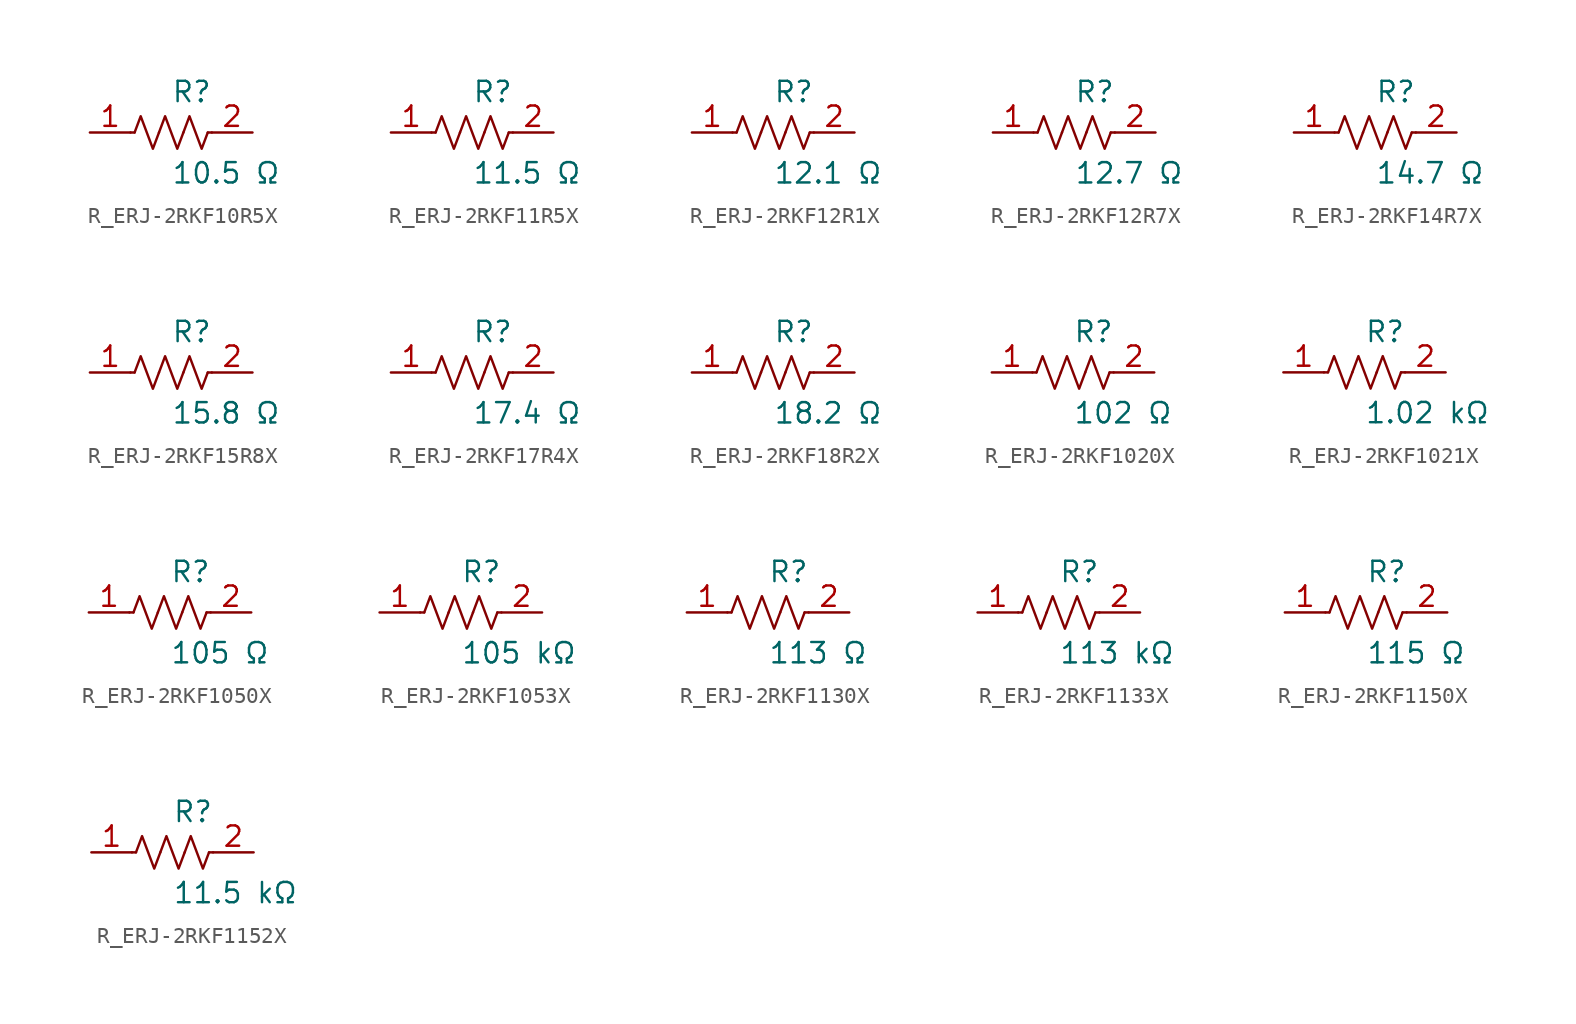
<source format=kicad_sym>
(kicad_symbol_lib
  (version 20231120)
  (generator kicad_symbol_editor)
  (generator_version 8.0)
  (symbol "R_ERJ-2RKF10R5X"
    (pin_names
      (offset 0.254))
    (property "Reference" "R"
      (at 0.0 2.54 0)
      (effects (font (size 1.27 1.27)) (justify left)))
    (property "Value" "10.5 Ω"
      (at 0.0 -2.54 0)
      (effects (font (size 1.27 1.27)) (justify left)))
    (symbol "R_ERJ-2RKF10R5X_0_1"
      (polyline (pts (xy 2.286 0) (xy 2.54 0)) (stroke (width 0) (type default)) (fill (type none)))
      (polyline (pts (xy -2.286 0) (xy -2.54 0)) (stroke (width 0) (type default)) (fill (type none)))
      (polyline (pts (xy 0.762 0) (xy 1.143 1.016) (xy 1.524 0) (xy 1.905 -1.016) (xy 2.286 0)) (stroke (width 0) (type default)) (fill (type none)))
      (polyline (pts (xy -0.762 0) (xy -0.381 1.016) (xy 0 0) (xy 0.381 -1.016) (xy 0.762 0)) (stroke (width 0) (type default)) (fill (type none)))
      (polyline (pts (xy -2.286 0) (xy -1.905 1.016) (xy -1.524 0) (xy -1.143 -1.016) (xy -0.762 0)) (stroke (width 0) (type default)) (fill (type none))))
    (pin unspecified line
      (at -5.08 0 0)
      (length 2.54)
      (name "" (effects (font (size 1.27 1.27))))
      (number "1" (effects (font (size 1.27 1.27)))))
    (pin unspecified line
      (at 5.08 0 180)
      (length 2.54)
      (name "" (effects (font (size 1.27 1.27))))
      (number "2" (effects (font (size 1.27 1.27))))))
  (symbol "R_ERJ-2RKF11R5X"
    (pin_names
      (offset 0.254))
    (property "Reference" "R"
      (at 0.0 2.54 0)
      (effects (font (size 1.27 1.27)) (justify left)))
    (property "Value" "11.5 Ω"
      (at 0.0 -2.54 0)
      (effects (font (size 1.27 1.27)) (justify left)))
    (symbol "R_ERJ-2RKF11R5X_0_1"
      (polyline (pts (xy 2.286 0) (xy 2.54 0)) (stroke (width 0) (type default)) (fill (type none)))
      (polyline (pts (xy -2.286 0) (xy -2.54 0)) (stroke (width 0) (type default)) (fill (type none)))
      (polyline (pts (xy 0.762 0) (xy 1.143 1.016) (xy 1.524 0) (xy 1.905 -1.016) (xy 2.286 0)) (stroke (width 0) (type default)) (fill (type none)))
      (polyline (pts (xy -0.762 0) (xy -0.381 1.016) (xy 0 0) (xy 0.381 -1.016) (xy 0.762 0)) (stroke (width 0) (type default)) (fill (type none)))
      (polyline (pts (xy -2.286 0) (xy -1.905 1.016) (xy -1.524 0) (xy -1.143 -1.016) (xy -0.762 0)) (stroke (width 0) (type default)) (fill (type none))))
    (pin unspecified line
      (at -5.08 0 0)
      (length 2.54)
      (name "" (effects (font (size 1.27 1.27))))
      (number "1" (effects (font (size 1.27 1.27)))))
    (pin unspecified line
      (at 5.08 0 180)
      (length 2.54)
      (name "" (effects (font (size 1.27 1.27))))
      (number "2" (effects (font (size 1.27 1.27))))))
  (symbol "R_ERJ-2RKF12R1X"
    (pin_names
      (offset 0.254))
    (property "Reference" "R"
      (at 0.0 2.54 0)
      (effects (font (size 1.27 1.27)) (justify left)))
    (property "Value" "12.1 Ω"
      (at 0.0 -2.54 0)
      (effects (font (size 1.27 1.27)) (justify left)))
    (symbol "R_ERJ-2RKF12R1X_0_1"
      (polyline (pts (xy 2.286 0) (xy 2.54 0)) (stroke (width 0) (type default)) (fill (type none)))
      (polyline (pts (xy -2.286 0) (xy -2.54 0)) (stroke (width 0) (type default)) (fill (type none)))
      (polyline (pts (xy 0.762 0) (xy 1.143 1.016) (xy 1.524 0) (xy 1.905 -1.016) (xy 2.286 0)) (stroke (width 0) (type default)) (fill (type none)))
      (polyline (pts (xy -0.762 0) (xy -0.381 1.016) (xy 0 0) (xy 0.381 -1.016) (xy 0.762 0)) (stroke (width 0) (type default)) (fill (type none)))
      (polyline (pts (xy -2.286 0) (xy -1.905 1.016) (xy -1.524 0) (xy -1.143 -1.016) (xy -0.762 0)) (stroke (width 0) (type default)) (fill (type none))))
    (pin unspecified line
      (at -5.08 0 0)
      (length 2.54)
      (name "" (effects (font (size 1.27 1.27))))
      (number "1" (effects (font (size 1.27 1.27)))))
    (pin unspecified line
      (at 5.08 0 180)
      (length 2.54)
      (name "" (effects (font (size 1.27 1.27))))
      (number "2" (effects (font (size 1.27 1.27))))))
  (symbol "R_ERJ-2RKF12R7X"
    (pin_names
      (offset 0.254))
    (property "Reference" "R"
      (at 0.0 2.54 0)
      (effects (font (size 1.27 1.27)) (justify left)))
    (property "Value" "12.7 Ω"
      (at 0.0 -2.54 0)
      (effects (font (size 1.27 1.27)) (justify left)))
    (symbol "R_ERJ-2RKF12R7X_0_1"
      (polyline (pts (xy 2.286 0) (xy 2.54 0)) (stroke (width 0) (type default)) (fill (type none)))
      (polyline (pts (xy -2.286 0) (xy -2.54 0)) (stroke (width 0) (type default)) (fill (type none)))
      (polyline (pts (xy 0.762 0) (xy 1.143 1.016) (xy 1.524 0) (xy 1.905 -1.016) (xy 2.286 0)) (stroke (width 0) (type default)) (fill (type none)))
      (polyline (pts (xy -0.762 0) (xy -0.381 1.016) (xy 0 0) (xy 0.381 -1.016) (xy 0.762 0)) (stroke (width 0) (type default)) (fill (type none)))
      (polyline (pts (xy -2.286 0) (xy -1.905 1.016) (xy -1.524 0) (xy -1.143 -1.016) (xy -0.762 0)) (stroke (width 0) (type default)) (fill (type none))))
    (pin unspecified line
      (at -5.08 0 0)
      (length 2.54)
      (name "" (effects (font (size 1.27 1.27))))
      (number "1" (effects (font (size 1.27 1.27)))))
    (pin unspecified line
      (at 5.08 0 180)
      (length 2.54)
      (name "" (effects (font (size 1.27 1.27))))
      (number "2" (effects (font (size 1.27 1.27))))))
  (symbol "R_ERJ-2RKF14R7X"
    (pin_names
      (offset 0.254))
    (property "Reference" "R"
      (at 0.0 2.54 0)
      (effects (font (size 1.27 1.27)) (justify left)))
    (property "Value" "14.7 Ω"
      (at 0.0 -2.54 0)
      (effects (font (size 1.27 1.27)) (justify left)))
    (symbol "R_ERJ-2RKF14R7X_0_1"
      (polyline (pts (xy 2.286 0) (xy 2.54 0)) (stroke (width 0) (type default)) (fill (type none)))
      (polyline (pts (xy -2.286 0) (xy -2.54 0)) (stroke (width 0) (type default)) (fill (type none)))
      (polyline (pts (xy 0.762 0) (xy 1.143 1.016) (xy 1.524 0) (xy 1.905 -1.016) (xy 2.286 0)) (stroke (width 0) (type default)) (fill (type none)))
      (polyline (pts (xy -0.762 0) (xy -0.381 1.016) (xy 0 0) (xy 0.381 -1.016) (xy 0.762 0)) (stroke (width 0) (type default)) (fill (type none)))
      (polyline (pts (xy -2.286 0) (xy -1.905 1.016) (xy -1.524 0) (xy -1.143 -1.016) (xy -0.762 0)) (stroke (width 0) (type default)) (fill (type none))))
    (pin unspecified line
      (at -5.08 0 0)
      (length 2.54)
      (name "" (effects (font (size 1.27 1.27))))
      (number "1" (effects (font (size 1.27 1.27)))))
    (pin unspecified line
      (at 5.08 0 180)
      (length 2.54)
      (name "" (effects (font (size 1.27 1.27))))
      (number "2" (effects (font (size 1.27 1.27))))))
  (symbol "R_ERJ-2RKF15R8X"
    (pin_names
      (offset 0.254))
    (property "Reference" "R"
      (at 0.0 2.54 0)
      (effects (font (size 1.27 1.27)) (justify left)))
    (property "Value" "15.8 Ω"
      (at 0.0 -2.54 0)
      (effects (font (size 1.27 1.27)) (justify left)))
    (symbol "R_ERJ-2RKF15R8X_0_1"
      (polyline (pts (xy 2.286 0) (xy 2.54 0)) (stroke (width 0) (type default)) (fill (type none)))
      (polyline (pts (xy -2.286 0) (xy -2.54 0)) (stroke (width 0) (type default)) (fill (type none)))
      (polyline (pts (xy 0.762 0) (xy 1.143 1.016) (xy 1.524 0) (xy 1.905 -1.016) (xy 2.286 0)) (stroke (width 0) (type default)) (fill (type none)))
      (polyline (pts (xy -0.762 0) (xy -0.381 1.016) (xy 0 0) (xy 0.381 -1.016) (xy 0.762 0)) (stroke (width 0) (type default)) (fill (type none)))
      (polyline (pts (xy -2.286 0) (xy -1.905 1.016) (xy -1.524 0) (xy -1.143 -1.016) (xy -0.762 0)) (stroke (width 0) (type default)) (fill (type none))))
    (pin unspecified line
      (at -5.08 0 0)
      (length 2.54)
      (name "" (effects (font (size 1.27 1.27))))
      (number "1" (effects (font (size 1.27 1.27)))))
    (pin unspecified line
      (at 5.08 0 180)
      (length 2.54)
      (name "" (effects (font (size 1.27 1.27))))
      (number "2" (effects (font (size 1.27 1.27))))))
  (symbol "R_ERJ-2RKF17R4X"
    (pin_names
      (offset 0.254))
    (property "Reference" "R"
      (at 0.0 2.54 0)
      (effects (font (size 1.27 1.27)) (justify left)))
    (property "Value" "17.4 Ω"
      (at 0.0 -2.54 0)
      (effects (font (size 1.27 1.27)) (justify left)))
    (symbol "R_ERJ-2RKF17R4X_0_1"
      (polyline (pts (xy 2.286 0) (xy 2.54 0)) (stroke (width 0) (type default)) (fill (type none)))
      (polyline (pts (xy -2.286 0) (xy -2.54 0)) (stroke (width 0) (type default)) (fill (type none)))
      (polyline (pts (xy 0.762 0) (xy 1.143 1.016) (xy 1.524 0) (xy 1.905 -1.016) (xy 2.286 0)) (stroke (width 0) (type default)) (fill (type none)))
      (polyline (pts (xy -0.762 0) (xy -0.381 1.016) (xy 0 0) (xy 0.381 -1.016) (xy 0.762 0)) (stroke (width 0) (type default)) (fill (type none)))
      (polyline (pts (xy -2.286 0) (xy -1.905 1.016) (xy -1.524 0) (xy -1.143 -1.016) (xy -0.762 0)) (stroke (width 0) (type default)) (fill (type none))))
    (pin unspecified line
      (at -5.08 0 0)
      (length 2.54)
      (name "" (effects (font (size 1.27 1.27))))
      (number "1" (effects (font (size 1.27 1.27)))))
    (pin unspecified line
      (at 5.08 0 180)
      (length 2.54)
      (name "" (effects (font (size 1.27 1.27))))
      (number "2" (effects (font (size 1.27 1.27))))))
  (symbol "R_ERJ-2RKF18R2X"
    (pin_names
      (offset 0.254))
    (property "Reference" "R"
      (at 0.0 2.54 0)
      (effects (font (size 1.27 1.27)) (justify left)))
    (property "Value" "18.2 Ω"
      (at 0.0 -2.54 0)
      (effects (font (size 1.27 1.27)) (justify left)))
    (symbol "R_ERJ-2RKF18R2X_0_1"
      (polyline (pts (xy 2.286 0) (xy 2.54 0)) (stroke (width 0) (type default)) (fill (type none)))
      (polyline (pts (xy -2.286 0) (xy -2.54 0)) (stroke (width 0) (type default)) (fill (type none)))
      (polyline (pts (xy 0.762 0) (xy 1.143 1.016) (xy 1.524 0) (xy 1.905 -1.016) (xy 2.286 0)) (stroke (width 0) (type default)) (fill (type none)))
      (polyline (pts (xy -0.762 0) (xy -0.381 1.016) (xy 0 0) (xy 0.381 -1.016) (xy 0.762 0)) (stroke (width 0) (type default)) (fill (type none)))
      (polyline (pts (xy -2.286 0) (xy -1.905 1.016) (xy -1.524 0) (xy -1.143 -1.016) (xy -0.762 0)) (stroke (width 0) (type default)) (fill (type none))))
    (pin unspecified line
      (at -5.08 0 0)
      (length 2.54)
      (name "" (effects (font (size 1.27 1.27))))
      (number "1" (effects (font (size 1.27 1.27)))))
    (pin unspecified line
      (at 5.08 0 180)
      (length 2.54)
      (name "" (effects (font (size 1.27 1.27))))
      (number "2" (effects (font (size 1.27 1.27))))))
  (symbol "R_ERJ-2RKF1020X"
    (pin_names
      (offset 0.254))
    (property "Reference" "R"
      (at 0.0 2.54 0)
      (effects (font (size 1.27 1.27)) (justify left)))
    (property "Value" "102 Ω"
      (at 0.0 -2.54 0)
      (effects (font (size 1.27 1.27)) (justify left)))
    (symbol "R_ERJ-2RKF1020X_0_1"
      (polyline (pts (xy 2.286 0) (xy 2.54 0)) (stroke (width 0) (type default)) (fill (type none)))
      (polyline (pts (xy -2.286 0) (xy -2.54 0)) (stroke (width 0) (type default)) (fill (type none)))
      (polyline (pts (xy 0.762 0) (xy 1.143 1.016) (xy 1.524 0) (xy 1.905 -1.016) (xy 2.286 0)) (stroke (width 0) (type default)) (fill (type none)))
      (polyline (pts (xy -0.762 0) (xy -0.381 1.016) (xy 0 0) (xy 0.381 -1.016) (xy 0.762 0)) (stroke (width 0) (type default)) (fill (type none)))
      (polyline (pts (xy -2.286 0) (xy -1.905 1.016) (xy -1.524 0) (xy -1.143 -1.016) (xy -0.762 0)) (stroke (width 0) (type default)) (fill (type none))))
    (pin unspecified line
      (at -5.08 0 0)
      (length 2.54)
      (name "" (effects (font (size 1.27 1.27))))
      (number "1" (effects (font (size 1.27 1.27)))))
    (pin unspecified line
      (at 5.08 0 180)
      (length 2.54)
      (name "" (effects (font (size 1.27 1.27))))
      (number "2" (effects (font (size 1.27 1.27))))))
  (symbol "R_ERJ-2RKF1021X"
    (pin_names
      (offset 0.254))
    (property "Reference" "R"
      (at 0.0 2.54 0)
      (effects (font (size 1.27 1.27)) (justify left)))
    (property "Value" "1.02 kΩ"
      (at 0.0 -2.54 0)
      (effects (font (size 1.27 1.27)) (justify left)))
    (symbol "R_ERJ-2RKF1021X_0_1"
      (polyline (pts (xy 2.286 0) (xy 2.54 0)) (stroke (width 0) (type default)) (fill (type none)))
      (polyline (pts (xy -2.286 0) (xy -2.54 0)) (stroke (width 0) (type default)) (fill (type none)))
      (polyline (pts (xy 0.762 0) (xy 1.143 1.016) (xy 1.524 0) (xy 1.905 -1.016) (xy 2.286 0)) (stroke (width 0) (type default)) (fill (type none)))
      (polyline (pts (xy -0.762 0) (xy -0.381 1.016) (xy 0 0) (xy 0.381 -1.016) (xy 0.762 0)) (stroke (width 0) (type default)) (fill (type none)))
      (polyline (pts (xy -2.286 0) (xy -1.905 1.016) (xy -1.524 0) (xy -1.143 -1.016) (xy -0.762 0)) (stroke (width 0) (type default)) (fill (type none))))
    (pin unspecified line
      (at -5.08 0 0)
      (length 2.54)
      (name "" (effects (font (size 1.27 1.27))))
      (number "1" (effects (font (size 1.27 1.27)))))
    (pin unspecified line
      (at 5.08 0 180)
      (length 2.54)
      (name "" (effects (font (size 1.27 1.27))))
      (number "2" (effects (font (size 1.27 1.27))))))
  (symbol "R_ERJ-2RKF1050X"
    (pin_names
      (offset 0.254))
    (property "Reference" "R"
      (at 0.0 2.54 0)
      (effects (font (size 1.27 1.27)) (justify left)))
    (property "Value" "105 Ω"
      (at 0.0 -2.54 0)
      (effects (font (size 1.27 1.27)) (justify left)))
    (symbol "R_ERJ-2RKF1050X_0_1"
      (polyline (pts (xy 2.286 0) (xy 2.54 0)) (stroke (width 0) (type default)) (fill (type none)))
      (polyline (pts (xy -2.286 0) (xy -2.54 0)) (stroke (width 0) (type default)) (fill (type none)))
      (polyline (pts (xy 0.762 0) (xy 1.143 1.016) (xy 1.524 0) (xy 1.905 -1.016) (xy 2.286 0)) (stroke (width 0) (type default)) (fill (type none)))
      (polyline (pts (xy -0.762 0) (xy -0.381 1.016) (xy 0 0) (xy 0.381 -1.016) (xy 0.762 0)) (stroke (width 0) (type default)) (fill (type none)))
      (polyline (pts (xy -2.286 0) (xy -1.905 1.016) (xy -1.524 0) (xy -1.143 -1.016) (xy -0.762 0)) (stroke (width 0) (type default)) (fill (type none))))
    (pin unspecified line
      (at -5.08 0 0)
      (length 2.54)
      (name "" (effects (font (size 1.27 1.27))))
      (number "1" (effects (font (size 1.27 1.27)))))
    (pin unspecified line
      (at 5.08 0 180)
      (length 2.54)
      (name "" (effects (font (size 1.27 1.27))))
      (number "2" (effects (font (size 1.27 1.27))))))
  (symbol "R_ERJ-2RKF1053X"
    (pin_names
      (offset 0.254))
    (property "Reference" "R"
      (at 0.0 2.54 0)
      (effects (font (size 1.27 1.27)) (justify left)))
    (property "Value" "105 kΩ"
      (at 0.0 -2.54 0)
      (effects (font (size 1.27 1.27)) (justify left)))
    (symbol "R_ERJ-2RKF1053X_0_1"
      (polyline (pts (xy 2.286 0) (xy 2.54 0)) (stroke (width 0) (type default)) (fill (type none)))
      (polyline (pts (xy -2.286 0) (xy -2.54 0)) (stroke (width 0) (type default)) (fill (type none)))
      (polyline (pts (xy 0.762 0) (xy 1.143 1.016) (xy 1.524 0) (xy 1.905 -1.016) (xy 2.286 0)) (stroke (width 0) (type default)) (fill (type none)))
      (polyline (pts (xy -0.762 0) (xy -0.381 1.016) (xy 0 0) (xy 0.381 -1.016) (xy 0.762 0)) (stroke (width 0) (type default)) (fill (type none)))
      (polyline (pts (xy -2.286 0) (xy -1.905 1.016) (xy -1.524 0) (xy -1.143 -1.016) (xy -0.762 0)) (stroke (width 0) (type default)) (fill (type none))))
    (pin unspecified line
      (at -5.08 0 0)
      (length 2.54)
      (name "" (effects (font (size 1.27 1.27))))
      (number "1" (effects (font (size 1.27 1.27)))))
    (pin unspecified line
      (at 5.08 0 180)
      (length 2.54)
      (name "" (effects (font (size 1.27 1.27))))
      (number "2" (effects (font (size 1.27 1.27))))))
  (symbol "R_ERJ-2RKF1130X"
    (pin_names
      (offset 0.254))
    (property "Reference" "R"
      (at 0.0 2.54 0)
      (effects (font (size 1.27 1.27)) (justify left)))
    (property "Value" "113 Ω"
      (at 0.0 -2.54 0)
      (effects (font (size 1.27 1.27)) (justify left)))
    (symbol "R_ERJ-2RKF1130X_0_1"
      (polyline (pts (xy 2.286 0) (xy 2.54 0)) (stroke (width 0) (type default)) (fill (type none)))
      (polyline (pts (xy -2.286 0) (xy -2.54 0)) (stroke (width 0) (type default)) (fill (type none)))
      (polyline (pts (xy 0.762 0) (xy 1.143 1.016) (xy 1.524 0) (xy 1.905 -1.016) (xy 2.286 0)) (stroke (width 0) (type default)) (fill (type none)))
      (polyline (pts (xy -0.762 0) (xy -0.381 1.016) (xy 0 0) (xy 0.381 -1.016) (xy 0.762 0)) (stroke (width 0) (type default)) (fill (type none)))
      (polyline (pts (xy -2.286 0) (xy -1.905 1.016) (xy -1.524 0) (xy -1.143 -1.016) (xy -0.762 0)) (stroke (width 0) (type default)) (fill (type none))))
    (pin unspecified line
      (at -5.08 0 0)
      (length 2.54)
      (name "" (effects (font (size 1.27 1.27))))
      (number "1" (effects (font (size 1.27 1.27)))))
    (pin unspecified line
      (at 5.08 0 180)
      (length 2.54)
      (name "" (effects (font (size 1.27 1.27))))
      (number "2" (effects (font (size 1.27 1.27))))))
  (symbol "R_ERJ-2RKF1133X"
    (pin_names
      (offset 0.254))
    (property "Reference" "R"
      (at 0.0 2.54 0)
      (effects (font (size 1.27 1.27)) (justify left)))
    (property "Value" "113 kΩ"
      (at 0.0 -2.54 0)
      (effects (font (size 1.27 1.27)) (justify left)))
    (symbol "R_ERJ-2RKF1133X_0_1"
      (polyline (pts (xy 2.286 0) (xy 2.54 0)) (stroke (width 0) (type default)) (fill (type none)))
      (polyline (pts (xy -2.286 0) (xy -2.54 0)) (stroke (width 0) (type default)) (fill (type none)))
      (polyline (pts (xy 0.762 0) (xy 1.143 1.016) (xy 1.524 0) (xy 1.905 -1.016) (xy 2.286 0)) (stroke (width 0) (type default)) (fill (type none)))
      (polyline (pts (xy -0.762 0) (xy -0.381 1.016) (xy 0 0) (xy 0.381 -1.016) (xy 0.762 0)) (stroke (width 0) (type default)) (fill (type none)))
      (polyline (pts (xy -2.286 0) (xy -1.905 1.016) (xy -1.524 0) (xy -1.143 -1.016) (xy -0.762 0)) (stroke (width 0) (type default)) (fill (type none))))
    (pin unspecified line
      (at -5.08 0 0)
      (length 2.54)
      (name "" (effects (font (size 1.27 1.27))))
      (number "1" (effects (font (size 1.27 1.27)))))
    (pin unspecified line
      (at 5.08 0 180)
      (length 2.54)
      (name "" (effects (font (size 1.27 1.27))))
      (number "2" (effects (font (size 1.27 1.27))))))
  (symbol "R_ERJ-2RKF1150X"
    (pin_names
      (offset 0.254))
    (property "Reference" "R"
      (at 0.0 2.54 0)
      (effects (font (size 1.27 1.27)) (justify left)))
    (property "Value" "115 Ω"
      (at 0.0 -2.54 0)
      (effects (font (size 1.27 1.27)) (justify left)))
    (symbol "R_ERJ-2RKF1150X_0_1"
      (polyline (pts (xy 2.286 0) (xy 2.54 0)) (stroke (width 0) (type default)) (fill (type none)))
      (polyline (pts (xy -2.286 0) (xy -2.54 0)) (stroke (width 0) (type default)) (fill (type none)))
      (polyline (pts (xy 0.762 0) (xy 1.143 1.016) (xy 1.524 0) (xy 1.905 -1.016) (xy 2.286 0)) (stroke (width 0) (type default)) (fill (type none)))
      (polyline (pts (xy -0.762 0) (xy -0.381 1.016) (xy 0 0) (xy 0.381 -1.016) (xy 0.762 0)) (stroke (width 0) (type default)) (fill (type none)))
      (polyline (pts (xy -2.286 0) (xy -1.905 1.016) (xy -1.524 0) (xy -1.143 -1.016) (xy -0.762 0)) (stroke (width 0) (type default)) (fill (type none))))
    (pin unspecified line
      (at -5.08 0 0)
      (length 2.54)
      (name "" (effects (font (size 1.27 1.27))))
      (number "1" (effects (font (size 1.27 1.27)))))
    (pin unspecified line
      (at 5.08 0 180)
      (length 2.54)
      (name "" (effects (font (size 1.27 1.27))))
      (number "2" (effects (font (size 1.27 1.27))))))
  (symbol "R_ERJ-2RKF1152X"
    (pin_names
      (offset 0.254))
    (property "Reference" "R"
      (at 0.0 2.54 0)
      (effects (font (size 1.27 1.27)) (justify left)))
    (property "Value" "11.5 kΩ"
      (at 0.0 -2.54 0)
      (effects (font (size 1.27 1.27)) (justify left)))
    (symbol "R_ERJ-2RKF1152X_0_1"
      (polyline (pts (xy 2.286 0) (xy 2.54 0)) (stroke (width 0) (type default)) (fill (type none)))
      (polyline (pts (xy -2.286 0) (xy -2.54 0)) (stroke (width 0) (type default)) (fill (type none)))
      (polyline (pts (xy 0.762 0) (xy 1.143 1.016) (xy 1.524 0) (xy 1.905 -1.016) (xy 2.286 0)) (stroke (width 0) (type default)) (fill (type none)))
      (polyline (pts (xy -0.762 0) (xy -0.381 1.016) (xy 0 0) (xy 0.381 -1.016) (xy 0.762 0)) (stroke (width 0) (type default)) (fill (type none)))
      (polyline (pts (xy -2.286 0) (xy -1.905 1.016) (xy -1.524 0) (xy -1.143 -1.016) (xy -0.762 0)) (stroke (width 0) (type default)) (fill (type none))))
    (pin unspecified line
      (at -5.08 0 0)
      (length 2.54)
      (name "" (effects (font (size 1.27 1.27))))
      (number "1" (effects (font (size 1.27 1.27)))))
    (pin unspecified line
      (at 5.08 0 180)
      (length 2.54)
      (name "" (effects (font (size 1.27 1.27))))
      (number "2" (effects (font (size 1.27 1.27)))))))
</source>
